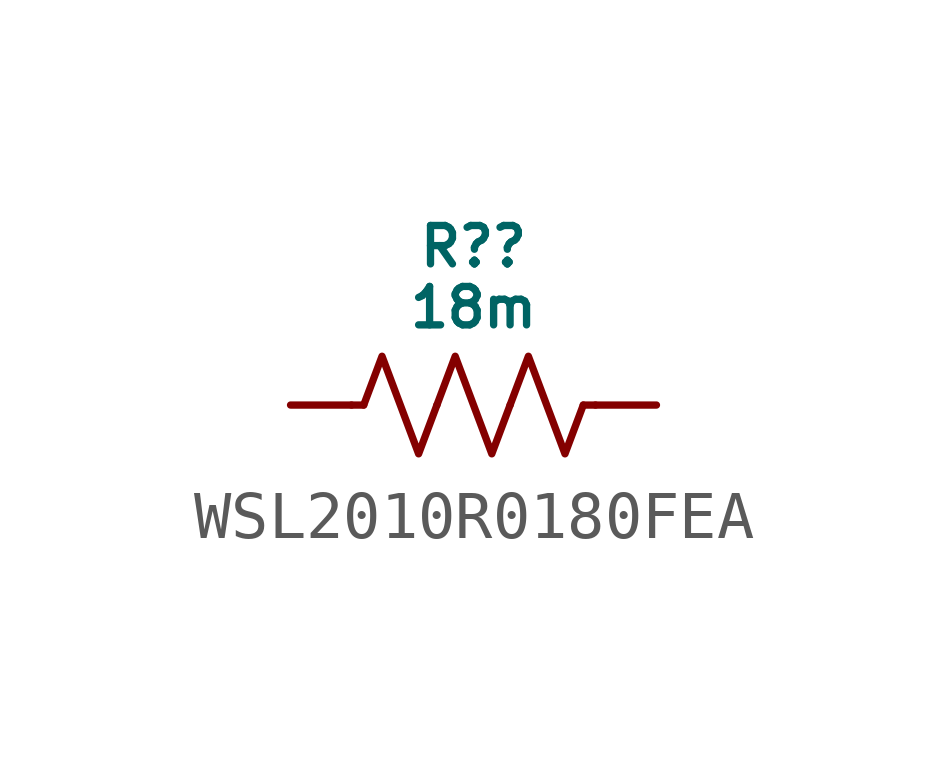
<source format=kicad_sym>
(kicad_symbol_lib
  (version 20231120)
  (generator "kicad_symbol_editor")
  (generator_version "8.0")
  (symbol "WSL2010R0180FEA"
    (pin_numbers hide)
    (pin_names hide)
    (property "Reference" "R?"
      (at 0 3.302 0)
      (do_not_autoplace)
      (effects (font (size 0.8 0.8))))
    (property "Value" "18m"
      (at 0 2.032 0)
      (do_not_autoplace)
      (effects (font (size 0.8 0.8))))
    (symbol "WSL2010R0180FEA_0_1"
      (polyline (pts (xy -2.286 0) (xy -2.54 0)) (stroke (width 0) (type default)) (fill (type none)))
      (polyline (pts (xy 2.286 0) (xy 2.54 0)) (stroke (width 0) (type default)) (fill (type none)))
      (polyline (pts (xy -2.286 0) (xy -1.905 1.016) (xy -1.524 0) (xy -1.143 -1.016) (xy -0.762 0)) (stroke (width 0) (type default)) (fill (type none)))
      (polyline (pts (xy -0.762 0) (xy -0.381 1.016) (xy 0 0) (xy 0.381 -1.016) (xy 0.762 0)) (stroke (width 0) (type default)) (fill (type none)))
      (polyline (pts (xy 0.762 0) (xy 1.143 1.016) (xy 1.524 0) (xy 1.905 -1.016) (xy 2.286 0)) (stroke (width 0) (type default)) (fill (type none))))
    (symbol "WSL2010R0180FEA_1_0"
      (pin passive line (at -3.81 0 0) (length 1.27) (name "" (effects (font (size 0.8 0.8)))) (number "1" (effects (font (size 0.8 0.8)))))
      (pin passive line (at 3.81 0 180) (length 1.27) (name "" (effects (font (size 0.8 0.8)))) (number "2" (effects (font (size 0.8 0.8))))))))
</source>
